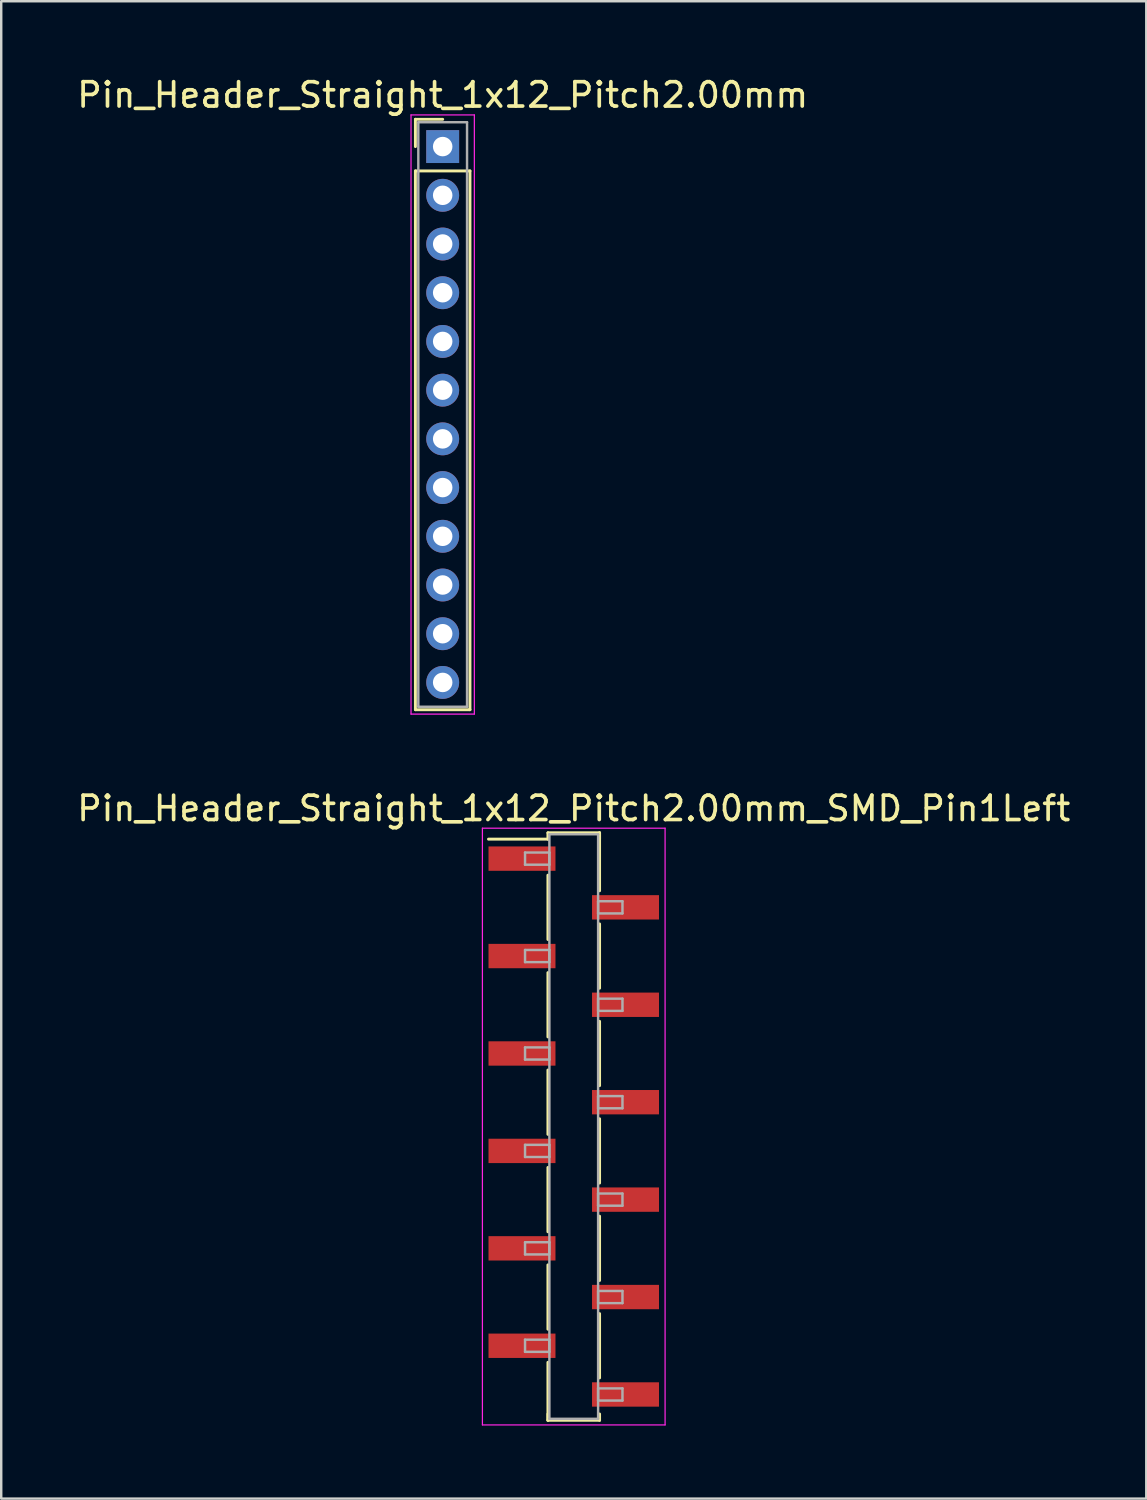
<source format=kicad_pcb>
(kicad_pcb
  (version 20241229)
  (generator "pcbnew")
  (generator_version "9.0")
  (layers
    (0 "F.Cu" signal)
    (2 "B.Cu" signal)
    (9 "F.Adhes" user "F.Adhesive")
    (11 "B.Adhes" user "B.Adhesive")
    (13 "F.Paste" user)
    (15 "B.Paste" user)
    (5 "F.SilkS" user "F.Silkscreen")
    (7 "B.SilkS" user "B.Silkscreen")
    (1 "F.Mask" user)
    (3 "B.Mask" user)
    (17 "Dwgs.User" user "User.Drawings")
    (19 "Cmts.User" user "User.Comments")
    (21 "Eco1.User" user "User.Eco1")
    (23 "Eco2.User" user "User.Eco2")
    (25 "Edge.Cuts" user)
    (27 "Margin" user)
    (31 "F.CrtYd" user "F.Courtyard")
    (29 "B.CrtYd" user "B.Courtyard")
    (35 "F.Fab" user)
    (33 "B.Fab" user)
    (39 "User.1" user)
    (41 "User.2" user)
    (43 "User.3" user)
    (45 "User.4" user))
  (footprint "Pin_Header_Straight_1x12_Pitch2.00mm_SMD_Pin1Left"
    (layer "F.Cu")
    (at 20.506 43.202)
    (property "Reference" "Pin_Header_Straight_1x12_Pitch2.00mm_SMD_Pin1Left" (at 0 -13.06 0) (layer "F.SilkS") (effects (font (size 1 1) (thickness 0.15))))
    (attr smd)
    (fp_line (start -1.06 -12.06) (end 1.06 -12.06) (stroke (width 0.12) (type solid)) (layer "F.SilkS"))
    (fp_line (start -1.06 -11.8) (end -3.5 -11.8) (stroke (width 0.12) (type solid)) (layer "F.SilkS"))
    (fp_line (start -1.06 -11.8) (end -1.06 -12.06) (stroke (width 0.12) (type solid)) (layer "F.SilkS"))
    (fp_line (start -1.06 -10.32) (end -1.06 -7.68) (stroke (width 0.12) (type solid)) (layer "F.SilkS"))
    (fp_line (start -1.06 -6.32) (end -1.06 -3.68) (stroke (width 0.12) (type solid)) (layer "F.SilkS"))
    (fp_line (start -1.06 -2.32) (end -1.06 0.32) (stroke (width 0.12) (type solid)) (layer "F.SilkS"))
    (fp_line (start -1.06 1.68) (end -1.06 4.32) (stroke (width 0.12) (type solid)) (layer "F.SilkS"))
    (fp_line (start -1.06 5.68) (end -1.06 8.32) (stroke (width 0.12) (type solid)) (layer "F.SilkS"))
    (fp_line (start -1.06 9.68) (end -1.06 12.06) (stroke (width 0.12) (type solid)) (layer "F.SilkS"))
    (fp_line (start -1.06 11.8) (end -1.06 12.06) (stroke (width 0.12) (type solid)) (layer "F.SilkS"))
    (fp_line (start -1.06 12.06) (end 1.06 12.06) (stroke (width 0.12) (type solid)) (layer "F.SilkS"))
    (fp_line (start 1.06 -12.06) (end 1.06 -11.8) (stroke (width 0.12) (type solid)) (layer "F.SilkS"))
    (fp_line (start 1.06 -12.06) (end 1.06 -9.68) (stroke (width 0.12) (type solid)) (layer "F.SilkS"))
    (fp_line (start 1.06 -8.32) (end 1.06 -5.68) (stroke (width 0.12) (type solid)) (layer "F.SilkS"))
    (fp_line (start 1.06 -4.32) (end 1.06 -1.68) (stroke (width 0.12) (type solid)) (layer "F.SilkS"))
    (fp_line (start 1.06 -0.32) (end 1.06 2.32) (stroke (width 0.12) (type solid)) (layer "F.SilkS"))
    (fp_line (start 1.06 3.68) (end 1.06 6.32) (stroke (width 0.12) (type solid)) (layer "F.SilkS"))
    (fp_line (start 1.06 7.68) (end 1.06 10.32) (stroke (width 0.12) (type solid)) (layer "F.SilkS"))
    (fp_line (start 1.06 12.06) (end 1.06 11.8) (stroke (width 0.12) (type solid)) (layer "F.SilkS"))
    (fp_line (start -3.75 -12.25) (end -3.75 12.25) (stroke (width 0.05) (type solid)) (layer "F.CrtYd"))
    (fp_line (start -3.75 12.25) (end 3.75 12.25) (stroke (width 0.05) (type solid)) (layer "F.CrtYd"))
    (fp_line (start 3.75 -12.25) (end -3.75 -12.25) (stroke (width 0.05) (type solid)) (layer "F.CrtYd"))
    (fp_line (start 3.75 12.25) (end 3.75 -12.25) (stroke (width 0.05) (type solid)) (layer "F.CrtYd"))
    (fp_line (start -2 -11.25) (end -1 -11.25) (stroke (width 0.1) (type solid)) (layer "F.Fab"))
    (fp_line (start -2 -10.75) (end -2 -11.25) (stroke (width 0.1) (type solid)) (layer "F.Fab"))
    (fp_line (start -2 -7.25) (end -1 -7.25) (stroke (width 0.1) (type solid)) (layer "F.Fab"))
    (fp_line (start -2 -6.75) (end -2 -7.25) (stroke (width 0.1) (type solid)) (layer "F.Fab"))
    (fp_line (start -2 -3.25) (end -1 -3.25) (stroke (width 0.1) (type solid)) (layer "F.Fab"))
    (fp_line (start -2 -2.75) (end -2 -3.25) (stroke (width 0.1) (type solid)) (layer "F.Fab"))
    (fp_line (start -2 0.75) (end -1 0.75) (stroke (width 0.1) (type solid)) (layer "F.Fab"))
    (fp_line (start -2 1.25) (end -2 0.75) (stroke (width 0.1) (type solid)) (layer "F.Fab"))
    (fp_line (start -2 4.75) (end -1 4.75) (stroke (width 0.1) (type solid)) (layer "F.Fab"))
    (fp_line (start -2 5.25) (end -2 4.75) (stroke (width 0.1) (type solid)) (layer "F.Fab"))
    (fp_line (start -2 8.75) (end -1 8.75) (stroke (width 0.1) (type solid)) (layer "F.Fab"))
    (fp_line (start -2 9.25) (end -2 8.75) (stroke (width 0.1) (type solid)) (layer "F.Fab"))
    (fp_line (start -1 -12) (end -1 12) (stroke (width 0.1) (type solid)) (layer "F.Fab"))
    (fp_line (start -1 -11.25) (end -1 -10.75) (stroke (width 0.1) (type solid)) (layer "F.Fab"))
    (fp_line (start -1 -10.75) (end -2 -10.75) (stroke (width 0.1) (type solid)) (layer "F.Fab"))
    (fp_line (start -1 -7.25) (end -1 -6.75) (stroke (width 0.1) (type solid)) (layer "F.Fab"))
    (fp_line (start -1 -6.75) (end -2 -6.75) (stroke (width 0.1) (type solid)) (layer "F.Fab"))
    (fp_line (start -1 -3.25) (end -1 -2.75) (stroke (width 0.1) (type solid)) (layer "F.Fab"))
    (fp_line (start -1 -2.75) (end -2 -2.75) (stroke (width 0.1) (type solid)) (layer "F.Fab"))
    (fp_line (start -1 0.75) (end -1 1.25) (stroke (width 0.1) (type solid)) (layer "F.Fab"))
    (fp_line (start -1 1.25) (end -2 1.25) (stroke (width 0.1) (type solid)) (layer "F.Fab"))
    (fp_line (start -1 4.75) (end -1 5.25) (stroke (width 0.1) (type solid)) (layer "F.Fab"))
    (fp_line (start -1 5.25) (end -2 5.25) (stroke (width 0.1) (type solid)) (layer "F.Fab"))
    (fp_line (start -1 8.75) (end -1 9.25) (stroke (width 0.1) (type solid)) (layer "F.Fab"))
    (fp_line (start -1 9.25) (end -2 9.25) (stroke (width 0.1) (type solid)) (layer "F.Fab"))
    (fp_line (start -1 12) (end 1 12) (stroke (width 0.1) (type solid)) (layer "F.Fab"))
    (fp_line (start 1 -12) (end -1 -12) (stroke (width 0.1) (type solid)) (layer "F.Fab"))
    (fp_line (start 1 -9.25) (end 1 -8.75) (stroke (width 0.1) (type solid)) (layer "F.Fab"))
    (fp_line (start 1 -8.75) (end 2 -8.75) (stroke (width 0.1) (type solid)) (layer "F.Fab"))
    (fp_line (start 1 -5.25) (end 1 -4.75) (stroke (width 0.1) (type solid)) (layer "F.Fab"))
    (fp_line (start 1 -4.75) (end 2 -4.75) (stroke (width 0.1) (type solid)) (layer "F.Fab"))
    (fp_line (start 1 -1.25) (end 1 -0.75) (stroke (width 0.1) (type solid)) (layer "F.Fab"))
    (fp_line (start 1 -0.75) (end 2 -0.75) (stroke (width 0.1) (type solid)) (layer "F.Fab"))
    (fp_line (start 1 2.75) (end 1 3.25) (stroke (width 0.1) (type solid)) (layer "F.Fab"))
    (fp_line (start 1 3.25) (end 2 3.25) (stroke (width 0.1) (type solid)) (layer "F.Fab"))
    (fp_line (start 1 6.75) (end 1 7.25) (stroke (width 0.1) (type solid)) (layer "F.Fab"))
    (fp_line (start 1 7.25) (end 2 7.25) (stroke (width 0.1) (type solid)) (layer "F.Fab"))
    (fp_line (start 1 10.75) (end 1 11.25) (stroke (width 0.1) (type solid)) (layer "F.Fab"))
    (fp_line (start 1 11.25) (end 2 11.25) (stroke (width 0.1) (type solid)) (layer "F.Fab"))
    (fp_line (start 1 12) (end 1 -12) (stroke (width 0.1) (type solid)) (layer "F.Fab"))
    (fp_line (start 2 -9.25) (end 1 -9.25) (stroke (width 0.1) (type solid)) (layer "F.Fab"))
    (fp_line (start 2 -8.75) (end 2 -9.25) (stroke (width 0.1) (type solid)) (layer "F.Fab"))
    (fp_line (start 2 -5.25) (end 1 -5.25) (stroke (width 0.1) (type solid)) (layer "F.Fab"))
    (fp_line (start 2 -4.75) (end 2 -5.25) (stroke (width 0.1) (type solid)) (layer "F.Fab"))
    (fp_line (start 2 -1.25) (end 1 -1.25) (stroke (width 0.1) (type solid)) (layer "F.Fab"))
    (fp_line (start 2 -0.75) (end 2 -1.25) (stroke (width 0.1) (type solid)) (layer "F.Fab"))
    (fp_line (start 2 2.75) (end 1 2.75) (stroke (width 0.1) (type solid)) (layer "F.Fab"))
    (fp_line (start 2 3.25) (end 2 2.75) (stroke (width 0.1) (type solid)) (layer "F.Fab"))
    (fp_line (start 2 6.75) (end 1 6.75) (stroke (width 0.1) (type solid)) (layer "F.Fab"))
    (fp_line (start 2 7.25) (end 2 6.75) (stroke (width 0.1) (type solid)) (layer "F.Fab"))
    (fp_line (start 2 10.75) (end 1 10.75) (stroke (width 0.1) (type solid)) (layer "F.Fab"))
    (fp_line (start 2 11.25) (end 2 10.75) (stroke (width 0.1) (type solid)) (layer "F.Fab"))
    (pad "1" smd rect (at -2.125 -11) (size 2.75 1) (layers "F.Cu" "F.Mask"))
    (pad "2" smd rect (at 2.125 -9) (size 2.75 1) (layers "F.Cu" "F.Mask"))
    (pad "3" smd rect (at -2.125 -7) (size 2.75 1) (layers "F.Cu" "F.Mask"))
    (pad "4" smd rect (at 2.125 -5) (size 2.75 1) (layers "F.Cu" "F.Mask"))
    (pad "5" smd rect (at -2.125 -3) (size 2.75 1) (layers "F.Cu" "F.Mask"))
    (pad "6" smd rect (at 2.125 -1) (size 2.75 1) (layers "F.Cu" "F.Mask"))
    (pad "7" smd rect (at -2.125 1) (size 2.75 1) (layers "F.Cu" "F.Mask"))
    (pad "8" smd rect (at 2.125 3) (size 2.75 1) (layers "F.Cu" "F.Mask"))
    (pad "9" smd rect (at -2.125 5) (size 2.75 1) (layers "F.Cu" "F.Mask"))
    (pad "10" smd rect (at 2.125 7) (size 2.75 1) (layers "F.Cu" "F.Mask"))
    (pad "11" smd rect (at -2.125 9) (size 2.75 1) (layers "F.Cu" "F.Mask"))
    (pad "12" smd rect (at 2.125 11) (size 2.75 1) (layers "F.Cu" "F.Mask")))
  (footprint "Pin_Header_Straight_1x12_Pitch2.00mm"
    (layer "F.Cu")
    (at 15.125 2.968)
    (property "Reference" "Pin_Header_Straight_1x12_Pitch2.00mm" (at 0 -2.12 0) (layer "F.SilkS") (effects (font (size 1 1) (thickness 0.15))))
    (attr through_hole)
    (fp_line (start -1.12 -1.12) (end 0 -1.12) (stroke (width 0.12) (type solid)) (layer "F.SilkS"))
    (fp_line (start -1.12 0) (end -1.12 -1.12) (stroke (width 0.12) (type solid)) (layer "F.SilkS"))
    (fp_line (start -1.12 1) (end -1.12 23.12) (stroke (width 0.12) (type solid)) (layer "F.SilkS"))
    (fp_line (start -1.12 23.12) (end 1.12 23.12) (stroke (width 0.12) (type solid)) (layer "F.SilkS"))
    (fp_line (start 1.12 1) (end -1.12 1) (stroke (width 0.12) (type solid)) (layer "F.SilkS"))
    (fp_line (start 1.12 23.12) (end 1.12 1) (stroke (width 0.12) (type solid)) (layer "F.SilkS"))
    (fp_line (start -1.3 -1.3) (end -1.3 23.3) (stroke (width 0.05) (type solid)) (layer "F.CrtYd"))
    (fp_line (start -1.3 23.3) (end 1.3 23.3) (stroke (width 0.05) (type solid)) (layer "F.CrtYd"))
    (fp_line (start 1.3 -1.3) (end -1.3 -1.3) (stroke (width 0.05) (type solid)) (layer "F.CrtYd"))
    (fp_line (start 1.3 23.3) (end 1.3 -1.3) (stroke (width 0.05) (type solid)) (layer "F.CrtYd"))
    (fp_line (start -1 -1) (end -1 23) (stroke (width 0.1) (type solid)) (layer "F.Fab"))
    (fp_line (start -1 23) (end 1 23) (stroke (width 0.1) (type solid)) (layer "F.Fab"))
    (fp_line (start 1 -1) (end -1 -1) (stroke (width 0.1) (type solid)) (layer "F.Fab"))
    (fp_line (start 1 23) (end 1 -1) (stroke (width 0.1) (type solid)) (layer "F.Fab"))
    (pad "1" thru_hole rect (at 0 0) (size 1.35 1.35) (drill 0.8) (layers "*.Cu" "*.Mask"))
    (pad "2" thru_hole oval (at 0 2) (size 1.35 1.35) (drill 0.8) (layers "*.Cu" "*.Mask"))
    (pad "3" thru_hole oval (at 0 4) (size 1.35 1.35) (drill 0.8) (layers "*.Cu" "*.Mask"))
    (pad "4" thru_hole oval (at 0 6) (size 1.35 1.35) (drill 0.8) (layers "*.Cu" "*.Mask"))
    (pad "5" thru_hole oval (at 0 8) (size 1.35 1.35) (drill 0.8) (layers "*.Cu" "*.Mask"))
    (pad "6" thru_hole oval (at 0 10) (size 1.35 1.35) (drill 0.8) (layers "*.Cu" "*.Mask"))
    (pad "7" thru_hole oval (at 0 12) (size 1.35 1.35) (drill 0.8) (layers "*.Cu" "*.Mask"))
    (pad "8" thru_hole oval (at 0 14) (size 1.35 1.35) (drill 0.8) (layers "*.Cu" "*.Mask"))
    (pad "9" thru_hole oval (at 0 16) (size 1.35 1.35) (drill 0.8) (layers "*.Cu" "*.Mask"))
    (pad "10" thru_hole oval (at 0 18) (size 1.35 1.35) (drill 0.8) (layers "*.Cu" "*.Mask"))
    (pad "11" thru_hole oval (at 0 20) (size 1.35 1.35) (drill 0.8) (layers "*.Cu" "*.Mask"))
    (pad "12" thru_hole oval (at 0 22) (size 1.35 1.35) (drill 0.8) (layers "*.Cu" "*.Mask")))
  (gr_rect
    (start -3 -3)
    (end 44.012 58.477)
    (stroke (width 0.1) (type default))
    (fill no)
    (layer "Edge.Cuts")))
</source>
